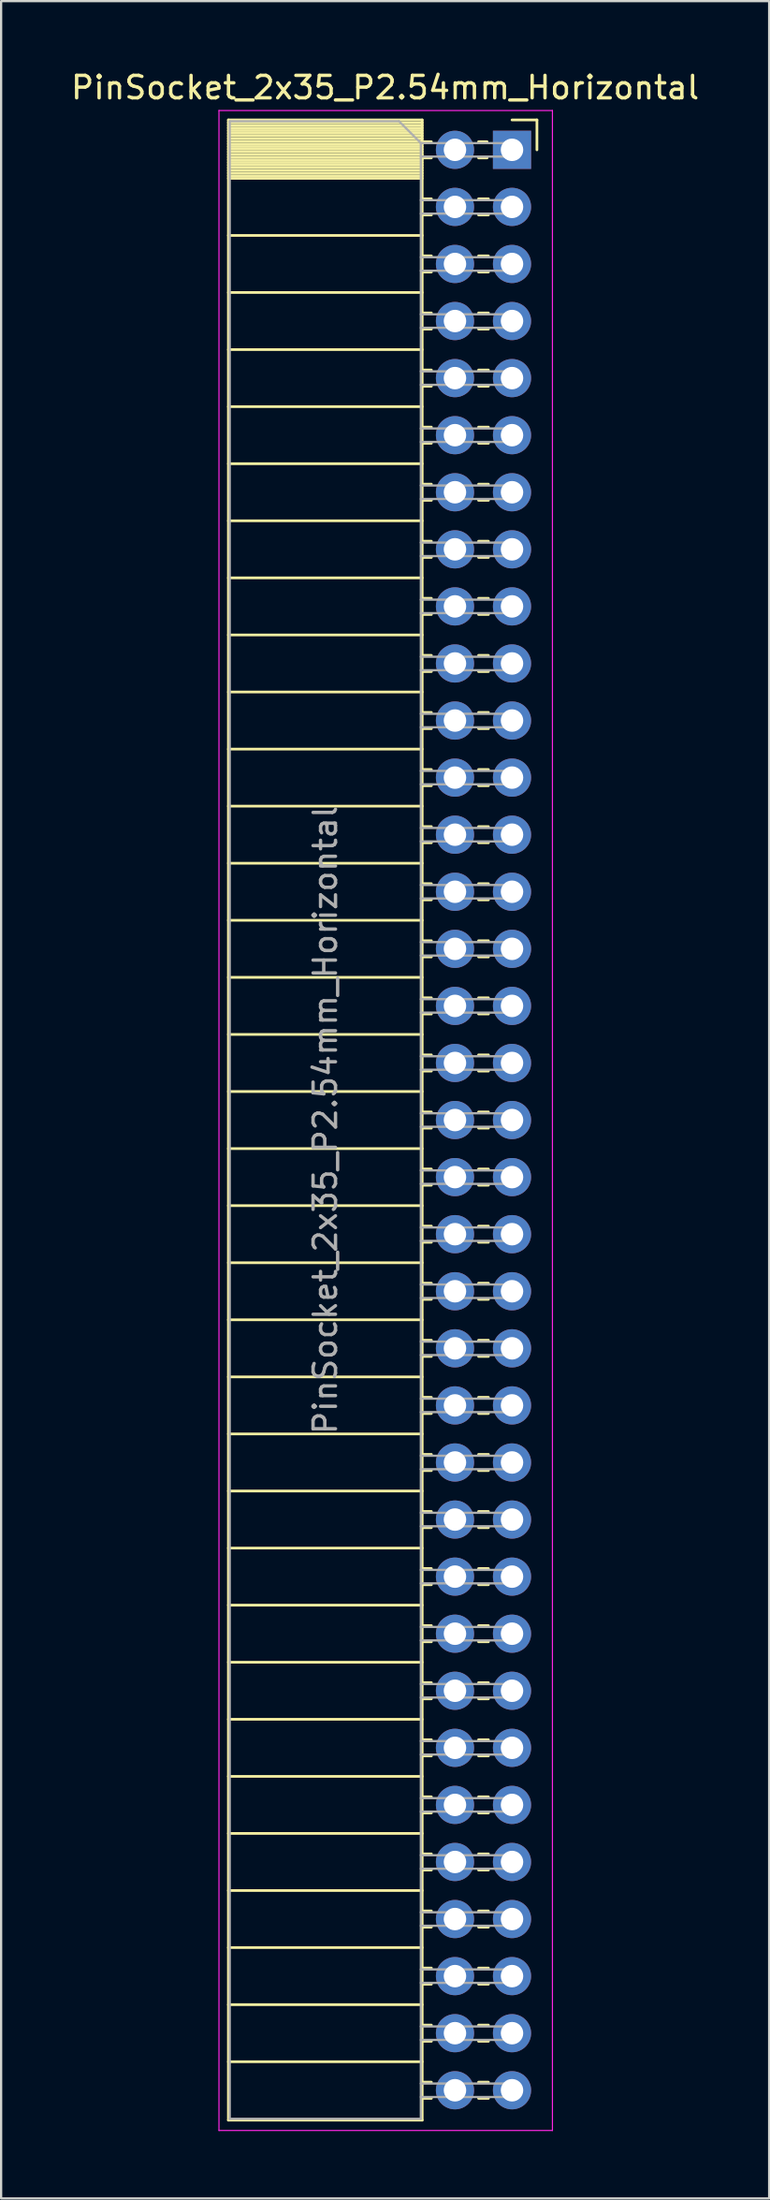
<source format=kicad_pcb>
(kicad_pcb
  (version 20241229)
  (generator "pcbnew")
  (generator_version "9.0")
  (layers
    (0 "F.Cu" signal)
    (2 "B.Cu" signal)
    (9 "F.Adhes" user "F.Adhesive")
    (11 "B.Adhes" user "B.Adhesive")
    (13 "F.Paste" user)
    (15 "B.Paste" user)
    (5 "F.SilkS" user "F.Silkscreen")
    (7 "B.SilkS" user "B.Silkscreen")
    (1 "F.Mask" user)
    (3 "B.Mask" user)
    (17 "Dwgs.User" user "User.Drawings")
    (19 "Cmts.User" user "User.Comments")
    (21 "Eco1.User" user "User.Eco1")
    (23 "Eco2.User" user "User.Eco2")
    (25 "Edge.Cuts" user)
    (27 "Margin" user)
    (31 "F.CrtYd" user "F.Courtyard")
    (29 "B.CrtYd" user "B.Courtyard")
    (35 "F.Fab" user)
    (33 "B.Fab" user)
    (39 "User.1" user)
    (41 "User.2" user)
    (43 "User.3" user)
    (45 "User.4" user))
  (footprint "PinSocket_2x35_P2.54mm_Horizontal"
    (layer "F.Cu")
    (at 19.751 3.618)
    (property "Reference" "PinSocket_2x35_P2.54mm_Horizontal" (at -5.65 -2.77 0) (layer "F.SilkS") (effects (font (size 1 1) (thickness 0.15))))
    (attr through_hole)
    (fp_line (start -12.63 -1.33) (end -12.63 87.69) (stroke (width 0.12) (type solid)) (layer "F.SilkS"))
    (fp_line (start -12.63 -1.33) (end -4 -1.33) (stroke (width 0.12) (type solid)) (layer "F.SilkS"))
    (fp_line (start -12.63 -1.21) (end -4 -1.21) (stroke (width 0.12) (type solid)) (layer "F.SilkS"))
    (fp_line (start -12.63 -1.092) (end -4 -1.092) (stroke (width 0.12) (type solid)) (layer "F.SilkS"))
    (fp_line (start -12.63 -0.974) (end -4 -0.974) (stroke (width 0.12) (type solid)) (layer "F.SilkS"))
    (fp_line (start -12.63 -0.856) (end -4 -0.856) (stroke (width 0.12) (type solid)) (layer "F.SilkS"))
    (fp_line (start -12.63 -0.738) (end -4 -0.738) (stroke (width 0.12) (type solid)) (layer "F.SilkS"))
    (fp_line (start -12.63 -0.62) (end -4 -0.62) (stroke (width 0.12) (type solid)) (layer "F.SilkS"))
    (fp_line (start -12.63 -0.501) (end -4 -0.501) (stroke (width 0.12) (type solid)) (layer "F.SilkS"))
    (fp_line (start -12.63 -0.383) (end -4 -0.383) (stroke (width 0.12) (type solid)) (layer "F.SilkS"))
    (fp_line (start -12.63 -0.265) (end -4 -0.265) (stroke (width 0.12) (type solid)) (layer "F.SilkS"))
    (fp_line (start -12.63 -0.147) (end -4 -0.147) (stroke (width 0.12) (type solid)) (layer "F.SilkS"))
    (fp_line (start -12.63 -0.029) (end -4 -0.029) (stroke (width 0.12) (type solid)) (layer "F.SilkS"))
    (fp_line (start -12.63 0.089) (end -4 0.089) (stroke (width 0.12) (type solid)) (layer "F.SilkS"))
    (fp_line (start -12.63 0.207) (end -4 0.207) (stroke (width 0.12) (type solid)) (layer "F.SilkS"))
    (fp_line (start -12.63 0.325) (end -4 0.325) (stroke (width 0.12) (type solid)) (layer "F.SilkS"))
    (fp_line (start -12.63 0.443) (end -4 0.443) (stroke (width 0.12) (type solid)) (layer "F.SilkS"))
    (fp_line (start -12.63 0.561) (end -4 0.561) (stroke (width 0.12) (type solid)) (layer "F.SilkS"))
    (fp_line (start -12.63 0.68) (end -4 0.68) (stroke (width 0.12) (type solid)) (layer "F.SilkS"))
    (fp_line (start -12.63 0.798) (end -4 0.798) (stroke (width 0.12) (type solid)) (layer "F.SilkS"))
    (fp_line (start -12.63 0.916) (end -4 0.916) (stroke (width 0.12) (type solid)) (layer "F.SilkS"))
    (fp_line (start -12.63 1.034) (end -4 1.034) (stroke (width 0.12) (type solid)) (layer "F.SilkS"))
    (fp_line (start -12.63 1.152) (end -4 1.152) (stroke (width 0.12) (type solid)) (layer "F.SilkS"))
    (fp_line (start -12.63 1.27) (end -4 1.27) (stroke (width 0.12) (type solid)) (layer "F.SilkS"))
    (fp_line (start -12.63 3.81) (end -4 3.81) (stroke (width 0.12) (type solid)) (layer "F.SilkS"))
    (fp_line (start -12.63 6.35) (end -4 6.35) (stroke (width 0.12) (type solid)) (layer "F.SilkS"))
    (fp_line (start -12.63 8.89) (end -4 8.89) (stroke (width 0.12) (type solid)) (layer "F.SilkS"))
    (fp_line (start -12.63 11.43) (end -4 11.43) (stroke (width 0.12) (type solid)) (layer "F.SilkS"))
    (fp_line (start -12.63 13.97) (end -4 13.97) (stroke (width 0.12) (type solid)) (layer "F.SilkS"))
    (fp_line (start -12.63 16.51) (end -4 16.51) (stroke (width 0.12) (type solid)) (layer "F.SilkS"))
    (fp_line (start -12.63 19.05) (end -4 19.05) (stroke (width 0.12) (type solid)) (layer "F.SilkS"))
    (fp_line (start -12.63 21.59) (end -4 21.59) (stroke (width 0.12) (type solid)) (layer "F.SilkS"))
    (fp_line (start -12.63 24.13) (end -4 24.13) (stroke (width 0.12) (type solid)) (layer "F.SilkS"))
    (fp_line (start -12.63 26.67) (end -4 26.67) (stroke (width 0.12) (type solid)) (layer "F.SilkS"))
    (fp_line (start -12.63 29.21) (end -4 29.21) (stroke (width 0.12) (type solid)) (layer "F.SilkS"))
    (fp_line (start -12.63 31.75) (end -4 31.75) (stroke (width 0.12) (type solid)) (layer "F.SilkS"))
    (fp_line (start -12.63 34.29) (end -4 34.29) (stroke (width 0.12) (type solid)) (layer "F.SilkS"))
    (fp_line (start -12.63 36.83) (end -4 36.83) (stroke (width 0.12) (type solid)) (layer "F.SilkS"))
    (fp_line (start -12.63 39.37) (end -4 39.37) (stroke (width 0.12) (type solid)) (layer "F.SilkS"))
    (fp_line (start -12.63 41.91) (end -4 41.91) (stroke (width 0.12) (type solid)) (layer "F.SilkS"))
    (fp_line (start -12.63 44.45) (end -4 44.45) (stroke (width 0.12) (type solid)) (layer "F.SilkS"))
    (fp_line (start -12.63 46.99) (end -4 46.99) (stroke (width 0.12) (type solid)) (layer "F.SilkS"))
    (fp_line (start -12.63 49.53) (end -4 49.53) (stroke (width 0.12) (type solid)) (layer "F.SilkS"))
    (fp_line (start -12.63 52.07) (end -4 52.07) (stroke (width 0.12) (type solid)) (layer "F.SilkS"))
    (fp_line (start -12.63 54.61) (end -4 54.61) (stroke (width 0.12) (type solid)) (layer "F.SilkS"))
    (fp_line (start -12.63 57.15) (end -4 57.15) (stroke (width 0.12) (type solid)) (layer "F.SilkS"))
    (fp_line (start -12.63 59.69) (end -4 59.69) (stroke (width 0.12) (type solid)) (layer "F.SilkS"))
    (fp_line (start -12.63 62.23) (end -4 62.23) (stroke (width 0.12) (type solid)) (layer "F.SilkS"))
    (fp_line (start -12.63 64.77) (end -4 64.77) (stroke (width 0.12) (type solid)) (layer "F.SilkS"))
    (fp_line (start -12.63 67.31) (end -4 67.31) (stroke (width 0.12) (type solid)) (layer "F.SilkS"))
    (fp_line (start -12.63 69.85) (end -4 69.85) (stroke (width 0.12) (type solid)) (layer "F.SilkS"))
    (fp_line (start -12.63 72.39) (end -4 72.39) (stroke (width 0.12) (type solid)) (layer "F.SilkS"))
    (fp_line (start -12.63 74.93) (end -4 74.93) (stroke (width 0.12) (type solid)) (layer "F.SilkS"))
    (fp_line (start -12.63 77.47) (end -4 77.47) (stroke (width 0.12) (type solid)) (layer "F.SilkS"))
    (fp_line (start -12.63 80.01) (end -4 80.01) (stroke (width 0.12) (type solid)) (layer "F.SilkS"))
    (fp_line (start -12.63 82.55) (end -4 82.55) (stroke (width 0.12) (type solid)) (layer "F.SilkS"))
    (fp_line (start -12.63 85.09) (end -4 85.09) (stroke (width 0.12) (type solid)) (layer "F.SilkS"))
    (fp_line (start -12.63 87.69) (end -4 87.69) (stroke (width 0.12) (type solid)) (layer "F.SilkS"))
    (fp_line (start -4 -1.33) (end -4 87.69) (stroke (width 0.12) (type solid)) (layer "F.SilkS"))
    (fp_line (start -4 -0.36) (end -3.59 -0.36) (stroke (width 0.12) (type solid)) (layer "F.SilkS"))
    (fp_line (start -4 0.36) (end -3.59 0.36) (stroke (width 0.12) (type solid)) (layer "F.SilkS"))
    (fp_line (start -4 2.18) (end -3.59 2.18) (stroke (width 0.12) (type solid)) (layer "F.SilkS"))
    (fp_line (start -4 2.9) (end -3.59 2.9) (stroke (width 0.12) (type solid)) (layer "F.SilkS"))
    (fp_line (start -4 4.72) (end -3.59 4.72) (stroke (width 0.12) (type solid)) (layer "F.SilkS"))
    (fp_line (start -4 5.44) (end -3.59 5.44) (stroke (width 0.12) (type solid)) (layer "F.SilkS"))
    (fp_line (start -4 7.26) (end -3.59 7.26) (stroke (width 0.12) (type solid)) (layer "F.SilkS"))
    (fp_line (start -4 7.98) (end -3.59 7.98) (stroke (width 0.12) (type solid)) (layer "F.SilkS"))
    (fp_line (start -4 9.8) (end -3.59 9.8) (stroke (width 0.12) (type solid)) (layer "F.SilkS"))
    (fp_line (start -4 10.52) (end -3.59 10.52) (stroke (width 0.12) (type solid)) (layer "F.SilkS"))
    (fp_line (start -4 12.34) (end -3.59 12.34) (stroke (width 0.12) (type solid)) (layer "F.SilkS"))
    (fp_line (start -4 13.06) (end -3.59 13.06) (stroke (width 0.12) (type solid)) (layer "F.SilkS"))
    (fp_line (start -4 14.88) (end -3.59 14.88) (stroke (width 0.12) (type solid)) (layer "F.SilkS"))
    (fp_line (start -4 15.6) (end -3.59 15.6) (stroke (width 0.12) (type solid)) (layer "F.SilkS"))
    (fp_line (start -4 17.42) (end -3.59 17.42) (stroke (width 0.12) (type solid)) (layer "F.SilkS"))
    (fp_line (start -4 18.14) (end -3.59 18.14) (stroke (width 0.12) (type solid)) (layer "F.SilkS"))
    (fp_line (start -4 19.96) (end -3.59 19.96) (stroke (width 0.12) (type solid)) (layer "F.SilkS"))
    (fp_line (start -4 20.68) (end -3.59 20.68) (stroke (width 0.12) (type solid)) (layer "F.SilkS"))
    (fp_line (start -4 22.5) (end -3.59 22.5) (stroke (width 0.12) (type solid)) (layer "F.SilkS"))
    (fp_line (start -4 23.22) (end -3.59 23.22) (stroke (width 0.12) (type solid)) (layer "F.SilkS"))
    (fp_line (start -4 25.04) (end -3.59 25.04) (stroke (width 0.12) (type solid)) (layer "F.SilkS"))
    (fp_line (start -4 25.76) (end -3.59 25.76) (stroke (width 0.12) (type solid)) (layer "F.SilkS"))
    (fp_line (start -4 27.58) (end -3.59 27.58) (stroke (width 0.12) (type solid)) (layer "F.SilkS"))
    (fp_line (start -4 28.3) (end -3.59 28.3) (stroke (width 0.12) (type solid)) (layer "F.SilkS"))
    (fp_line (start -4 30.12) (end -3.59 30.12) (stroke (width 0.12) (type solid)) (layer "F.SilkS"))
    (fp_line (start -4 30.84) (end -3.59 30.84) (stroke (width 0.12) (type solid)) (layer "F.SilkS"))
    (fp_line (start -4 32.66) (end -3.59 32.66) (stroke (width 0.12) (type solid)) (layer "F.SilkS"))
    (fp_line (start -4 33.38) (end -3.59 33.38) (stroke (width 0.12) (type solid)) (layer "F.SilkS"))
    (fp_line (start -4 35.2) (end -3.59 35.2) (stroke (width 0.12) (type solid)) (layer "F.SilkS"))
    (fp_line (start -4 35.92) (end -3.59 35.92) (stroke (width 0.12) (type solid)) (layer "F.SilkS"))
    (fp_line (start -4 37.74) (end -3.59 37.74) (stroke (width 0.12) (type solid)) (layer "F.SilkS"))
    (fp_line (start -4 38.46) (end -3.59 38.46) (stroke (width 0.12) (type solid)) (layer "F.SilkS"))
    (fp_line (start -4 40.28) (end -3.59 40.28) (stroke (width 0.12) (type solid)) (layer "F.SilkS"))
    (fp_line (start -4 41) (end -3.59 41) (stroke (width 0.12) (type solid)) (layer "F.SilkS"))
    (fp_line (start -4 42.82) (end -3.59 42.82) (stroke (width 0.12) (type solid)) (layer "F.SilkS"))
    (fp_line (start -4 43.54) (end -3.59 43.54) (stroke (width 0.12) (type solid)) (layer "F.SilkS"))
    (fp_line (start -4 45.36) (end -3.59 45.36) (stroke (width 0.12) (type solid)) (layer "F.SilkS"))
    (fp_line (start -4 46.08) (end -3.59 46.08) (stroke (width 0.12) (type solid)) (layer "F.SilkS"))
    (fp_line (start -4 47.9) (end -3.59 47.9) (stroke (width 0.12) (type solid)) (layer "F.SilkS"))
    (fp_line (start -4 48.62) (end -3.59 48.62) (stroke (width 0.12) (type solid)) (layer "F.SilkS"))
    (fp_line (start -4 50.44) (end -3.59 50.44) (stroke (width 0.12) (type solid)) (layer "F.SilkS"))
    (fp_line (start -4 51.16) (end -3.59 51.16) (stroke (width 0.12) (type solid)) (layer "F.SilkS"))
    (fp_line (start -4 52.98) (end -3.59 52.98) (stroke (width 0.12) (type solid)) (layer "F.SilkS"))
    (fp_line (start -4 53.7) (end -3.59 53.7) (stroke (width 0.12) (type solid)) (layer "F.SilkS"))
    (fp_line (start -4 55.52) (end -3.59 55.52) (stroke (width 0.12) (type solid)) (layer "F.SilkS"))
    (fp_line (start -4 56.24) (end -3.59 56.24) (stroke (width 0.12) (type solid)) (layer "F.SilkS"))
    (fp_line (start -4 58.06) (end -3.59 58.06) (stroke (width 0.12) (type solid)) (layer "F.SilkS"))
    (fp_line (start -4 58.78) (end -3.59 58.78) (stroke (width 0.12) (type solid)) (layer "F.SilkS"))
    (fp_line (start -4 60.6) (end -3.59 60.6) (stroke (width 0.12) (type solid)) (layer "F.SilkS"))
    (fp_line (start -4 61.32) (end -3.59 61.32) (stroke (width 0.12) (type solid)) (layer "F.SilkS"))
    (fp_line (start -4 63.14) (end -3.59 63.14) (stroke (width 0.12) (type solid)) (layer "F.SilkS"))
    (fp_line (start -4 63.86) (end -3.59 63.86) (stroke (width 0.12) (type solid)) (layer "F.SilkS"))
    (fp_line (start -4 65.68) (end -3.59 65.68) (stroke (width 0.12) (type solid)) (layer "F.SilkS"))
    (fp_line (start -4 66.4) (end -3.59 66.4) (stroke (width 0.12) (type solid)) (layer "F.SilkS"))
    (fp_line (start -4 68.22) (end -3.59 68.22) (stroke (width 0.12) (type solid)) (layer "F.SilkS"))
    (fp_line (start -4 68.94) (end -3.59 68.94) (stroke (width 0.12) (type solid)) (layer "F.SilkS"))
    (fp_line (start -4 70.76) (end -3.59 70.76) (stroke (width 0.12) (type solid)) (layer "F.SilkS"))
    (fp_line (start -4 71.48) (end -3.59 71.48) (stroke (width 0.12) (type solid)) (layer "F.SilkS"))
    (fp_line (start -4 73.3) (end -3.59 73.3) (stroke (width 0.12) (type solid)) (layer "F.SilkS"))
    (fp_line (start -4 74.02) (end -3.59 74.02) (stroke (width 0.12) (type solid)) (layer "F.SilkS"))
    (fp_line (start -4 75.84) (end -3.59 75.84) (stroke (width 0.12) (type solid)) (layer "F.SilkS"))
    (fp_line (start -4 76.56) (end -3.59 76.56) (stroke (width 0.12) (type solid)) (layer "F.SilkS"))
    (fp_line (start -4 78.38) (end -3.59 78.38) (stroke (width 0.12) (type solid)) (layer "F.SilkS"))
    (fp_line (start -4 79.1) (end -3.59 79.1) (stroke (width 0.12) (type solid)) (layer "F.SilkS"))
    (fp_line (start -4 80.92) (end -3.59 80.92) (stroke (width 0.12) (type solid)) (layer "F.SilkS"))
    (fp_line (start -4 81.64) (end -3.59 81.64) (stroke (width 0.12) (type solid)) (layer "F.SilkS"))
    (fp_line (start -4 83.46) (end -3.59 83.46) (stroke (width 0.12) (type solid)) (layer "F.SilkS"))
    (fp_line (start -4 84.18) (end -3.59 84.18) (stroke (width 0.12) (type solid)) (layer "F.SilkS"))
    (fp_line (start -4 86) (end -3.59 86) (stroke (width 0.12) (type solid)) (layer "F.SilkS"))
    (fp_line (start -4 86.72) (end -3.59 86.72) (stroke (width 0.12) (type solid)) (layer "F.SilkS"))
    (fp_line (start -1.49 -0.36) (end -1.11 -0.36) (stroke (width 0.12) (type solid)) (layer "F.SilkS"))
    (fp_line (start -1.49 0.36) (end -1.11 0.36) (stroke (width 0.12) (type solid)) (layer "F.SilkS"))
    (fp_line (start -1.49 2.18) (end -1.05 2.18) (stroke (width 0.12) (type solid)) (layer "F.SilkS"))
    (fp_line (start -1.49 2.9) (end -1.05 2.9) (stroke (width 0.12) (type solid)) (layer "F.SilkS"))
    (fp_line (start -1.49 4.72) (end -1.05 4.72) (stroke (width 0.12) (type solid)) (layer "F.SilkS"))
    (fp_line (start -1.49 5.44) (end -1.05 5.44) (stroke (width 0.12) (type solid)) (layer "F.SilkS"))
    (fp_line (start -1.49 7.26) (end -1.05 7.26) (stroke (width 0.12) (type solid)) (layer "F.SilkS"))
    (fp_line (start -1.49 7.98) (end -1.05 7.98) (stroke (width 0.12) (type solid)) (layer "F.SilkS"))
    (fp_line (start -1.49 9.8) (end -1.05 9.8) (stroke (width 0.12) (type solid)) (layer "F.SilkS"))
    (fp_line (start -1.49 10.52) (end -1.05 10.52) (stroke (width 0.12) (type solid)) (layer "F.SilkS"))
    (fp_line (start -1.49 12.34) (end -1.05 12.34) (stroke (width 0.12) (type solid)) (layer "F.SilkS"))
    (fp_line (start -1.49 13.06) (end -1.05 13.06) (stroke (width 0.12) (type solid)) (layer "F.SilkS"))
    (fp_line (start -1.49 14.88) (end -1.05 14.88) (stroke (width 0.12) (type solid)) (layer "F.SilkS"))
    (fp_line (start -1.49 15.6) (end -1.05 15.6) (stroke (width 0.12) (type solid)) (layer "F.SilkS"))
    (fp_line (start -1.49 17.42) (end -1.05 17.42) (stroke (width 0.12) (type solid)) (layer "F.SilkS"))
    (fp_line (start -1.49 18.14) (end -1.05 18.14) (stroke (width 0.12) (type solid)) (layer "F.SilkS"))
    (fp_line (start -1.49 19.96) (end -1.05 19.96) (stroke (width 0.12) (type solid)) (layer "F.SilkS"))
    (fp_line (start -1.49 20.68) (end -1.05 20.68) (stroke (width 0.12) (type solid)) (layer "F.SilkS"))
    (fp_line (start -1.49 22.5) (end -1.05 22.5) (stroke (width 0.12) (type solid)) (layer "F.SilkS"))
    (fp_line (start -1.49 23.22) (end -1.05 23.22) (stroke (width 0.12) (type solid)) (layer "F.SilkS"))
    (fp_line (start -1.49 25.04) (end -1.05 25.04) (stroke (width 0.12) (type solid)) (layer "F.SilkS"))
    (fp_line (start -1.49 25.76) (end -1.05 25.76) (stroke (width 0.12) (type solid)) (layer "F.SilkS"))
    (fp_line (start -1.49 27.58) (end -1.05 27.58) (stroke (width 0.12) (type solid)) (layer "F.SilkS"))
    (fp_line (start -1.49 28.3) (end -1.05 28.3) (stroke (width 0.12) (type solid)) (layer "F.SilkS"))
    (fp_line (start -1.49 30.12) (end -1.05 30.12) (stroke (width 0.12) (type solid)) (layer "F.SilkS"))
    (fp_line (start -1.49 30.84) (end -1.05 30.84) (stroke (width 0.12) (type solid)) (layer "F.SilkS"))
    (fp_line (start -1.49 32.66) (end -1.05 32.66) (stroke (width 0.12) (type solid)) (layer "F.SilkS"))
    (fp_line (start -1.49 33.38) (end -1.05 33.38) (stroke (width 0.12) (type solid)) (layer "F.SilkS"))
    (fp_line (start -1.49 35.2) (end -1.05 35.2) (stroke (width 0.12) (type solid)) (layer "F.SilkS"))
    (fp_line (start -1.49 35.92) (end -1.05 35.92) (stroke (width 0.12) (type solid)) (layer "F.SilkS"))
    (fp_line (start -1.49 37.74) (end -1.05 37.74) (stroke (width 0.12) (type solid)) (layer "F.SilkS"))
    (fp_line (start -1.49 38.46) (end -1.05 38.46) (stroke (width 0.12) (type solid)) (layer "F.SilkS"))
    (fp_line (start -1.49 40.28) (end -1.05 40.28) (stroke (width 0.12) (type solid)) (layer "F.SilkS"))
    (fp_line (start -1.49 41) (end -1.05 41) (stroke (width 0.12) (type solid)) (layer "F.SilkS"))
    (fp_line (start -1.49 42.82) (end -1.05 42.82) (stroke (width 0.12) (type solid)) (layer "F.SilkS"))
    (fp_line (start -1.49 43.54) (end -1.05 43.54) (stroke (width 0.12) (type solid)) (layer "F.SilkS"))
    (fp_line (start -1.49 45.36) (end -1.05 45.36) (stroke (width 0.12) (type solid)) (layer "F.SilkS"))
    (fp_line (start -1.49 46.08) (end -1.05 46.08) (stroke (width 0.12) (type solid)) (layer "F.SilkS"))
    (fp_line (start -1.49 47.9) (end -1.05 47.9) (stroke (width 0.12) (type solid)) (layer "F.SilkS"))
    (fp_line (start -1.49 48.62) (end -1.05 48.62) (stroke (width 0.12) (type solid)) (layer "F.SilkS"))
    (fp_line (start -1.49 50.44) (end -1.05 50.44) (stroke (width 0.12) (type solid)) (layer "F.SilkS"))
    (fp_line (start -1.49 51.16) (end -1.05 51.16) (stroke (width 0.12) (type solid)) (layer "F.SilkS"))
    (fp_line (start -1.49 52.98) (end -1.05 52.98) (stroke (width 0.12) (type solid)) (layer "F.SilkS"))
    (fp_line (start -1.49 53.7) (end -1.05 53.7) (stroke (width 0.12) (type solid)) (layer "F.SilkS"))
    (fp_line (start -1.49 55.52) (end -1.05 55.52) (stroke (width 0.12) (type solid)) (layer "F.SilkS"))
    (fp_line (start -1.49 56.24) (end -1.05 56.24) (stroke (width 0.12) (type solid)) (layer "F.SilkS"))
    (fp_line (start -1.49 58.06) (end -1.05 58.06) (stroke (width 0.12) (type solid)) (layer "F.SilkS"))
    (fp_line (start -1.49 58.78) (end -1.05 58.78) (stroke (width 0.12) (type solid)) (layer "F.SilkS"))
    (fp_line (start -1.49 60.6) (end -1.05 60.6) (stroke (width 0.12) (type solid)) (layer "F.SilkS"))
    (fp_line (start -1.49 61.32) (end -1.05 61.32) (stroke (width 0.12) (type solid)) (layer "F.SilkS"))
    (fp_line (start -1.49 63.14) (end -1.05 63.14) (stroke (width 0.12) (type solid)) (layer "F.SilkS"))
    (fp_line (start -1.49 63.86) (end -1.05 63.86) (stroke (width 0.12) (type solid)) (layer "F.SilkS"))
    (fp_line (start -1.49 65.68) (end -1.05 65.68) (stroke (width 0.12) (type solid)) (layer "F.SilkS"))
    (fp_line (start -1.49 66.4) (end -1.05 66.4) (stroke (width 0.12) (type solid)) (layer "F.SilkS"))
    (fp_line (start -1.49 68.22) (end -1.05 68.22) (stroke (width 0.12) (type solid)) (layer "F.SilkS"))
    (fp_line (start -1.49 68.94) (end -1.05 68.94) (stroke (width 0.12) (type solid)) (layer "F.SilkS"))
    (fp_line (start -1.49 70.76) (end -1.05 70.76) (stroke (width 0.12) (type solid)) (layer "F.SilkS"))
    (fp_line (start -1.49 71.48) (end -1.05 71.48) (stroke (width 0.12) (type solid)) (layer "F.SilkS"))
    (fp_line (start -1.49 73.3) (end -1.05 73.3) (stroke (width 0.12) (type solid)) (layer "F.SilkS"))
    (fp_line (start -1.49 74.02) (end -1.05 74.02) (stroke (width 0.12) (type solid)) (layer "F.SilkS"))
    (fp_line (start -1.49 75.84) (end -1.05 75.84) (stroke (width 0.12) (type solid)) (layer "F.SilkS"))
    (fp_line (start -1.49 76.56) (end -1.05 76.56) (stroke (width 0.12) (type solid)) (layer "F.SilkS"))
    (fp_line (start -1.49 78.38) (end -1.05 78.38) (stroke (width 0.12) (type solid)) (layer "F.SilkS"))
    (fp_line (start -1.49 79.1) (end -1.05 79.1) (stroke (width 0.12) (type solid)) (layer "F.SilkS"))
    (fp_line (start -1.49 80.92) (end -1.05 80.92) (stroke (width 0.12) (type solid)) (layer "F.SilkS"))
    (fp_line (start -1.49 81.64) (end -1.05 81.64) (stroke (width 0.12) (type solid)) (layer "F.SilkS"))
    (fp_line (start -1.49 83.46) (end -1.05 83.46) (stroke (width 0.12) (type solid)) (layer "F.SilkS"))
    (fp_line (start -1.49 84.18) (end -1.05 84.18) (stroke (width 0.12) (type solid)) (layer "F.SilkS"))
    (fp_line (start -1.49 86) (end -1.05 86) (stroke (width 0.12) (type solid)) (layer "F.SilkS"))
    (fp_line (start -1.49 86.72) (end -1.05 86.72) (stroke (width 0.12) (type solid)) (layer "F.SilkS"))
    (fp_line (start 0 -1.33) (end 1.11 -1.33) (stroke (width 0.12) (type solid)) (layer "F.SilkS"))
    (fp_line (start 1.11 -1.33) (end 1.11 0) (stroke (width 0.12) (type solid)) (layer "F.SilkS"))
    (fp_line (start -13.05 -1.75) (end -13.05 88.15) (stroke (width 0.05) (type solid)) (layer "F.CrtYd"))
    (fp_line (start -13.05 88.15) (end 1.8 88.15) (stroke (width 0.05) (type solid)) (layer "F.CrtYd"))
    (fp_line (start 1.8 -1.75) (end -13.05 -1.75) (stroke (width 0.05) (type solid)) (layer "F.CrtYd"))
    (fp_line (start 1.8 88.15) (end 1.8 -1.75) (stroke (width 0.05) (type solid)) (layer "F.CrtYd"))
    (fp_line (start -12.57 -1.27) (end -5.03 -1.27) (stroke (width 0.1) (type solid)) (layer "F.Fab"))
    (fp_line (start -12.57 87.63) (end -12.57 -1.27) (stroke (width 0.1) (type solid)) (layer "F.Fab"))
    (fp_line (start -5.03 -1.27) (end -4.06 -0.3) (stroke (width 0.1) (type solid)) (layer "F.Fab"))
    (fp_line (start -4.06 -0.3) (end -4.06 87.63) (stroke (width 0.1) (type solid)) (layer "F.Fab"))
    (fp_line (start -4.06 0.3) (end 0 0.3) (stroke (width 0.1) (type solid)) (layer "F.Fab"))
    (fp_line (start -4.06 2.84) (end 0 2.84) (stroke (width 0.1) (type solid)) (layer "F.Fab"))
    (fp_line (start -4.06 5.38) (end 0 5.38) (stroke (width 0.1) (type solid)) (layer "F.Fab"))
    (fp_line (start -4.06 7.92) (end 0 7.92) (stroke (width 0.1) (type solid)) (layer "F.Fab"))
    (fp_line (start -4.06 10.46) (end 0 10.46) (stroke (width 0.1) (type solid)) (layer "F.Fab"))
    (fp_line (start -4.06 13) (end 0 13) (stroke (width 0.1) (type solid)) (layer "F.Fab"))
    (fp_line (start -4.06 15.54) (end 0 15.54) (stroke (width 0.1) (type solid)) (layer "F.Fab"))
    (fp_line (start -4.06 18.08) (end 0 18.08) (stroke (width 0.1) (type solid)) (layer "F.Fab"))
    (fp_line (start -4.06 20.62) (end 0 20.62) (stroke (width 0.1) (type solid)) (layer "F.Fab"))
    (fp_line (start -4.06 23.16) (end 0 23.16) (stroke (width 0.1) (type solid)) (layer "F.Fab"))
    (fp_line (start -4.06 25.7) (end 0 25.7) (stroke (width 0.1) (type solid)) (layer "F.Fab"))
    (fp_line (start -4.06 28.24) (end 0 28.24) (stroke (width 0.1) (type solid)) (layer "F.Fab"))
    (fp_line (start -4.06 30.78) (end 0 30.78) (stroke (width 0.1) (type solid)) (layer "F.Fab"))
    (fp_line (start -4.06 33.32) (end 0 33.32) (stroke (width 0.1) (type solid)) (layer "F.Fab"))
    (fp_line (start -4.06 35.86) (end 0 35.86) (stroke (width 0.1) (type solid)) (layer "F.Fab"))
    (fp_line (start -4.06 38.4) (end 0 38.4) (stroke (width 0.1) (type solid)) (layer "F.Fab"))
    (fp_line (start -4.06 40.94) (end 0 40.94) (stroke (width 0.1) (type solid)) (layer "F.Fab"))
    (fp_line (start -4.06 43.48) (end 0 43.48) (stroke (width 0.1) (type solid)) (layer "F.Fab"))
    (fp_line (start -4.06 46.02) (end 0 46.02) (stroke (width 0.1) (type solid)) (layer "F.Fab"))
    (fp_line (start -4.06 48.56) (end 0 48.56) (stroke (width 0.1) (type solid)) (layer "F.Fab"))
    (fp_line (start -4.06 51.1) (end 0 51.1) (stroke (width 0.1) (type solid)) (layer "F.Fab"))
    (fp_line (start -4.06 53.64) (end 0 53.64) (stroke (width 0.1) (type solid)) (layer "F.Fab"))
    (fp_line (start -4.06 56.18) (end 0 56.18) (stroke (width 0.1) (type solid)) (layer "F.Fab"))
    (fp_line (start -4.06 58.72) (end 0 58.72) (stroke (width 0.1) (type solid)) (layer "F.Fab"))
    (fp_line (start -4.06 61.26) (end 0 61.26) (stroke (width 0.1) (type solid)) (layer "F.Fab"))
    (fp_line (start -4.06 63.8) (end 0 63.8) (stroke (width 0.1) (type solid)) (layer "F.Fab"))
    (fp_line (start -4.06 66.34) (end 0 66.34) (stroke (width 0.1) (type solid)) (layer "F.Fab"))
    (fp_line (start -4.06 68.88) (end 0 68.88) (stroke (width 0.1) (type solid)) (layer "F.Fab"))
    (fp_line (start -4.06 71.42) (end 0 71.42) (stroke (width 0.1) (type solid)) (layer "F.Fab"))
    (fp_line (start -4.06 73.96) (end 0 73.96) (stroke (width 0.1) (type solid)) (layer "F.Fab"))
    (fp_line (start -4.06 76.5) (end 0 76.5) (stroke (width 0.1) (type solid)) (layer "F.Fab"))
    (fp_line (start -4.06 79.04) (end 0 79.04) (stroke (width 0.1) (type solid)) (layer "F.Fab"))
    (fp_line (start -4.06 81.58) (end 0 81.58) (stroke (width 0.1) (type solid)) (layer "F.Fab"))
    (fp_line (start -4.06 84.12) (end 0 84.12) (stroke (width 0.1) (type solid)) (layer "F.Fab"))
    (fp_line (start -4.06 86.66) (end 0 86.66) (stroke (width 0.1) (type solid)) (layer "F.Fab"))
    (fp_line (start -4.06 87.63) (end -12.57 87.63) (stroke (width 0.1) (type solid)) (layer "F.Fab"))
    (fp_line (start 0 -0.3) (end -4.06 -0.3) (stroke (width 0.1) (type solid)) (layer "F.Fab"))
    (fp_line (start 0 0.3) (end 0 -0.3) (stroke (width 0.1) (type solid)) (layer "F.Fab"))
    (fp_line (start 0 2.24) (end -4.06 2.24) (stroke (width 0.1) (type solid)) (layer "F.Fab"))
    (fp_line (start 0 2.84) (end 0 2.24) (stroke (width 0.1) (type solid)) (layer "F.Fab"))
    (fp_line (start 0 4.78) (end -4.06 4.78) (stroke (width 0.1) (type solid)) (layer "F.Fab"))
    (fp_line (start 0 5.38) (end 0 4.78) (stroke (width 0.1) (type solid)) (layer "F.Fab"))
    (fp_line (start 0 7.32) (end -4.06 7.32) (stroke (width 0.1) (type solid)) (layer "F.Fab"))
    (fp_line (start 0 7.92) (end 0 7.32) (stroke (width 0.1) (type solid)) (layer "F.Fab"))
    (fp_line (start 0 9.86) (end -4.06 9.86) (stroke (width 0.1) (type solid)) (layer "F.Fab"))
    (fp_line (start 0 10.46) (end 0 9.86) (stroke (width 0.1) (type solid)) (layer "F.Fab"))
    (fp_line (start 0 12.4) (end -4.06 12.4) (stroke (width 0.1) (type solid)) (layer "F.Fab"))
    (fp_line (start 0 13) (end 0 12.4) (stroke (width 0.1) (type solid)) (layer "F.Fab"))
    (fp_line (start 0 14.94) (end -4.06 14.94) (stroke (width 0.1) (type solid)) (layer "F.Fab"))
    (fp_line (start 0 15.54) (end 0 14.94) (stroke (width 0.1) (type solid)) (layer "F.Fab"))
    (fp_line (start 0 17.48) (end -4.06 17.48) (stroke (width 0.1) (type solid)) (layer "F.Fab"))
    (fp_line (start 0 18.08) (end 0 17.48) (stroke (width 0.1) (type solid)) (layer "F.Fab"))
    (fp_line (start 0 20.02) (end -4.06 20.02) (stroke (width 0.1) (type solid)) (layer "F.Fab"))
    (fp_line (start 0 20.62) (end 0 20.02) (stroke (width 0.1) (type solid)) (layer "F.Fab"))
    (fp_line (start 0 22.56) (end -4.06 22.56) (stroke (width 0.1) (type solid)) (layer "F.Fab"))
    (fp_line (start 0 23.16) (end 0 22.56) (stroke (width 0.1) (type solid)) (layer "F.Fab"))
    (fp_line (start 0 25.1) (end -4.06 25.1) (stroke (width 0.1) (type solid)) (layer "F.Fab"))
    (fp_line (start 0 25.7) (end 0 25.1) (stroke (width 0.1) (type solid)) (layer "F.Fab"))
    (fp_line (start 0 27.64) (end -4.06 27.64) (stroke (width 0.1) (type solid)) (layer "F.Fab"))
    (fp_line (start 0 28.24) (end 0 27.64) (stroke (width 0.1) (type solid)) (layer "F.Fab"))
    (fp_line (start 0 30.18) (end -4.06 30.18) (stroke (width 0.1) (type solid)) (layer "F.Fab"))
    (fp_line (start 0 30.78) (end 0 30.18) (stroke (width 0.1) (type solid)) (layer "F.Fab"))
    (fp_line (start 0 32.72) (end -4.06 32.72) (stroke (width 0.1) (type solid)) (layer "F.Fab"))
    (fp_line (start 0 33.32) (end 0 32.72) (stroke (width 0.1) (type solid)) (layer "F.Fab"))
    (fp_line (start 0 35.26) (end -4.06 35.26) (stroke (width 0.1) (type solid)) (layer "F.Fab"))
    (fp_line (start 0 35.86) (end 0 35.26) (stroke (width 0.1) (type solid)) (layer "F.Fab"))
    (fp_line (start 0 37.8) (end -4.06 37.8) (stroke (width 0.1) (type solid)) (layer "F.Fab"))
    (fp_line (start 0 38.4) (end 0 37.8) (stroke (width 0.1) (type solid)) (layer "F.Fab"))
    (fp_line (start 0 40.34) (end -4.06 40.34) (stroke (width 0.1) (type solid)) (layer "F.Fab"))
    (fp_line (start 0 40.94) (end 0 40.34) (stroke (width 0.1) (type solid)) (layer "F.Fab"))
    (fp_line (start 0 42.88) (end -4.06 42.88) (stroke (width 0.1) (type solid)) (layer "F.Fab"))
    (fp_line (start 0 43.48) (end 0 42.88) (stroke (width 0.1) (type solid)) (layer "F.Fab"))
    (fp_line (start 0 45.42) (end -4.06 45.42) (stroke (width 0.1) (type solid)) (layer "F.Fab"))
    (fp_line (start 0 46.02) (end 0 45.42) (stroke (width 0.1) (type solid)) (layer "F.Fab"))
    (fp_line (start 0 47.96) (end -4.06 47.96) (stroke (width 0.1) (type solid)) (layer "F.Fab"))
    (fp_line (start 0 48.56) (end 0 47.96) (stroke (width 0.1) (type solid)) (layer "F.Fab"))
    (fp_line (start 0 50.5) (end -4.06 50.5) (stroke (width 0.1) (type solid)) (layer "F.Fab"))
    (fp_line (start 0 51.1) (end 0 50.5) (stroke (width 0.1) (type solid)) (layer "F.Fab"))
    (fp_line (start 0 53.04) (end -4.06 53.04) (stroke (width 0.1) (type solid)) (layer "F.Fab"))
    (fp_line (start 0 53.64) (end 0 53.04) (stroke (width 0.1) (type solid)) (layer "F.Fab"))
    (fp_line (start 0 55.58) (end -4.06 55.58) (stroke (width 0.1) (type solid)) (layer "F.Fab"))
    (fp_line (start 0 56.18) (end 0 55.58) (stroke (width 0.1) (type solid)) (layer "F.Fab"))
    (fp_line (start 0 58.12) (end -4.06 58.12) (stroke (width 0.1) (type solid)) (layer "F.Fab"))
    (fp_line (start 0 58.72) (end 0 58.12) (stroke (width 0.1) (type solid)) (layer "F.Fab"))
    (fp_line (start 0 60.66) (end -4.06 60.66) (stroke (width 0.1) (type solid)) (layer "F.Fab"))
    (fp_line (start 0 61.26) (end 0 60.66) (stroke (width 0.1) (type solid)) (layer "F.Fab"))
    (fp_line (start 0 63.2) (end -4.06 63.2) (stroke (width 0.1) (type solid)) (layer "F.Fab"))
    (fp_line (start 0 63.8) (end 0 63.2) (stroke (width 0.1) (type solid)) (layer "F.Fab"))
    (fp_line (start 0 65.74) (end -4.06 65.74) (stroke (width 0.1) (type solid)) (layer "F.Fab"))
    (fp_line (start 0 66.34) (end 0 65.74) (stroke (width 0.1) (type solid)) (layer "F.Fab"))
    (fp_line (start 0 68.28) (end -4.06 68.28) (stroke (width 0.1) (type solid)) (layer "F.Fab"))
    (fp_line (start 0 68.88) (end 0 68.28) (stroke (width 0.1) (type solid)) (layer "F.Fab"))
    (fp_line (start 0 70.82) (end -4.06 70.82) (stroke (width 0.1) (type solid)) (layer "F.Fab"))
    (fp_line (start 0 71.42) (end 0 70.82) (stroke (width 0.1) (type solid)) (layer "F.Fab"))
    (fp_line (start 0 73.36) (end -4.06 73.36) (stroke (width 0.1) (type solid)) (layer "F.Fab"))
    (fp_line (start 0 73.96) (end 0 73.36) (stroke (width 0.1) (type solid)) (layer "F.Fab"))
    (fp_line (start 0 75.9) (end -4.06 75.9) (stroke (width 0.1) (type solid)) (layer "F.Fab"))
    (fp_line (start 0 76.5) (end 0 75.9) (stroke (width 0.1) (type solid)) (layer "F.Fab"))
    (fp_line (start 0 78.44) (end -4.06 78.44) (stroke (width 0.1) (type solid)) (layer "F.Fab"))
    (fp_line (start 0 79.04) (end 0 78.44) (stroke (width 0.1) (type solid)) (layer "F.Fab"))
    (fp_line (start 0 80.98) (end -4.06 80.98) (stroke (width 0.1) (type solid)) (layer "F.Fab"))
    (fp_line (start 0 81.58) (end 0 80.98) (stroke (width 0.1) (type solid)) (layer "F.Fab"))
    (fp_line (start 0 83.52) (end -4.06 83.52) (stroke (width 0.1) (type solid)) (layer "F.Fab"))
    (fp_line (start 0 84.12) (end 0 83.52) (stroke (width 0.1) (type solid)) (layer "F.Fab"))
    (fp_line (start 0 86.06) (end -4.06 86.06) (stroke (width 0.1) (type solid)) (layer "F.Fab"))
    (fp_line (start 0 86.66) (end 0 86.06) (stroke (width 0.1) (type solid)) (layer "F.Fab"))
    (fp_text user "${REFERENCE}" (at -8.315 43.18 90) (layer "F.Fab") (effects (font (size 1 1) (thickness 0.15))))
    (pad "1" thru_hole rect (at 0 0) (size 1.7 1.7) (drill 1) (layers "*.Cu" "*.Mask"))
    (pad "2" thru_hole oval (at -2.54 0) (size 1.7 1.7) (drill 1) (layers "*.Cu" "*.Mask"))
    (pad "3" thru_hole oval (at 0 2.54) (size 1.7 1.7) (drill 1) (layers "*.Cu" "*.Mask"))
    (pad "4" thru_hole oval (at -2.54 2.54) (size 1.7 1.7) (drill 1) (layers "*.Cu" "*.Mask"))
    (pad "5" thru_hole oval (at 0 5.08) (size 1.7 1.7) (drill 1) (layers "*.Cu" "*.Mask"))
    (pad "6" thru_hole oval (at -2.54 5.08) (size 1.7 1.7) (drill 1) (layers "*.Cu" "*.Mask"))
    (pad "7" thru_hole oval (at 0 7.62) (size 1.7 1.7) (drill 1) (layers "*.Cu" "*.Mask"))
    (pad "8" thru_hole oval (at -2.54 7.62) (size 1.7 1.7) (drill 1) (layers "*.Cu" "*.Mask"))
    (pad "9" thru_hole oval (at 0 10.16) (size 1.7 1.7) (drill 1) (layers "*.Cu" "*.Mask"))
    (pad "10" thru_hole oval (at -2.54 10.16) (size 1.7 1.7) (drill 1) (layers "*.Cu" "*.Mask"))
    (pad "11" thru_hole oval (at 0 12.7) (size 1.7 1.7) (drill 1) (layers "*.Cu" "*.Mask"))
    (pad "12" thru_hole oval (at -2.54 12.7) (size 1.7 1.7) (drill 1) (layers "*.Cu" "*.Mask"))
    (pad "13" thru_hole oval (at 0 15.24) (size 1.7 1.7) (drill 1) (layers "*.Cu" "*.Mask"))
    (pad "14" thru_hole oval (at -2.54 15.24) (size 1.7 1.7) (drill 1) (layers "*.Cu" "*.Mask"))
    (pad "15" thru_hole oval (at 0 17.78) (size 1.7 1.7) (drill 1) (layers "*.Cu" "*.Mask"))
    (pad "16" thru_hole oval (at -2.54 17.78) (size 1.7 1.7) (drill 1) (layers "*.Cu" "*.Mask"))
    (pad "17" thru_hole oval (at 0 20.32) (size 1.7 1.7) (drill 1) (layers "*.Cu" "*.Mask"))
    (pad "18" thru_hole oval (at -2.54 20.32) (size 1.7 1.7) (drill 1) (layers "*.Cu" "*.Mask"))
    (pad "19" thru_hole oval (at 0 22.86) (size 1.7 1.7) (drill 1) (layers "*.Cu" "*.Mask"))
    (pad "20" thru_hole oval (at -2.54 22.86) (size 1.7 1.7) (drill 1) (layers "*.Cu" "*.Mask"))
    (pad "21" thru_hole oval (at 0 25.4) (size 1.7 1.7) (drill 1) (layers "*.Cu" "*.Mask"))
    (pad "22" thru_hole oval (at -2.54 25.4) (size 1.7 1.7) (drill 1) (layers "*.Cu" "*.Mask"))
    (pad "23" thru_hole oval (at 0 27.94) (size 1.7 1.7) (drill 1) (layers "*.Cu" "*.Mask"))
    (pad "24" thru_hole oval (at -2.54 27.94) (size 1.7 1.7) (drill 1) (layers "*.Cu" "*.Mask"))
    (pad "25" thru_hole oval (at 0 30.48) (size 1.7 1.7) (drill 1) (layers "*.Cu" "*.Mask"))
    (pad "26" thru_hole oval (at -2.54 30.48) (size 1.7 1.7) (drill 1) (layers "*.Cu" "*.Mask"))
    (pad "27" thru_hole oval (at 0 33.02) (size 1.7 1.7) (drill 1) (layers "*.Cu" "*.Mask"))
    (pad "28" thru_hole oval (at -2.54 33.02) (size 1.7 1.7) (drill 1) (layers "*.Cu" "*.Mask"))
    (pad "29" thru_hole oval (at 0 35.56) (size 1.7 1.7) (drill 1) (layers "*.Cu" "*.Mask"))
    (pad "30" thru_hole oval (at -2.54 35.56) (size 1.7 1.7) (drill 1) (layers "*.Cu" "*.Mask"))
    (pad "31" thru_hole oval (at 0 38.1) (size 1.7 1.7) (drill 1) (layers "*.Cu" "*.Mask"))
    (pad "32" thru_hole oval (at -2.54 38.1) (size 1.7 1.7) (drill 1) (layers "*.Cu" "*.Mask"))
    (pad "33" thru_hole oval (at 0 40.64) (size 1.7 1.7) (drill 1) (layers "*.Cu" "*.Mask"))
    (pad "34" thru_hole oval (at -2.54 40.64) (size 1.7 1.7) (drill 1) (layers "*.Cu" "*.Mask"))
    (pad "35" thru_hole oval (at 0 43.18) (size 1.7 1.7) (drill 1) (layers "*.Cu" "*.Mask"))
    (pad "36" thru_hole oval (at -2.54 43.18) (size 1.7 1.7) (drill 1) (layers "*.Cu" "*.Mask"))
    (pad "37" thru_hole oval (at 0 45.72) (size 1.7 1.7) (drill 1) (layers "*.Cu" "*.Mask"))
    (pad "38" thru_hole oval (at -2.54 45.72) (size 1.7 1.7) (drill 1) (layers "*.Cu" "*.Mask"))
    (pad "39" thru_hole oval (at 0 48.26) (size 1.7 1.7) (drill 1) (layers "*.Cu" "*.Mask"))
    (pad "40" thru_hole oval (at -2.54 48.26) (size 1.7 1.7) (drill 1) (layers "*.Cu" "*.Mask"))
    (pad "41" thru_hole oval (at 0 50.8) (size 1.7 1.7) (drill 1) (layers "*.Cu" "*.Mask"))
    (pad "42" thru_hole oval (at -2.54 50.8) (size 1.7 1.7) (drill 1) (layers "*.Cu" "*.Mask"))
    (pad "43" thru_hole oval (at 0 53.34) (size 1.7 1.7) (drill 1) (layers "*.Cu" "*.Mask"))
    (pad "44" thru_hole oval (at -2.54 53.34) (size 1.7 1.7) (drill 1) (layers "*.Cu" "*.Mask"))
    (pad "45" thru_hole oval (at 0 55.88) (size 1.7 1.7) (drill 1) (layers "*.Cu" "*.Mask"))
    (pad "46" thru_hole oval (at -2.54 55.88) (size 1.7 1.7) (drill 1) (layers "*.Cu" "*.Mask"))
    (pad "47" thru_hole oval (at 0 58.42) (size 1.7 1.7) (drill 1) (layers "*.Cu" "*.Mask"))
    (pad "48" thru_hole oval (at -2.54 58.42) (size 1.7 1.7) (drill 1) (layers "*.Cu" "*.Mask"))
    (pad "49" thru_hole oval (at 0 60.96) (size 1.7 1.7) (drill 1) (layers "*.Cu" "*.Mask"))
    (pad "50" thru_hole oval (at -2.54 60.96) (size 1.7 1.7) (drill 1) (layers "*.Cu" "*.Mask"))
    (pad "51" thru_hole oval (at 0 63.5) (size 1.7 1.7) (drill 1) (layers "*.Cu" "*.Mask"))
    (pad "52" thru_hole oval (at -2.54 63.5) (size 1.7 1.7) (drill 1) (layers "*.Cu" "*.Mask"))
    (pad "53" thru_hole oval (at 0 66.04) (size 1.7 1.7) (drill 1) (layers "*.Cu" "*.Mask"))
    (pad "54" thru_hole oval (at -2.54 66.04) (size 1.7 1.7) (drill 1) (layers "*.Cu" "*.Mask"))
    (pad "55" thru_hole oval (at 0 68.58) (size 1.7 1.7) (drill 1) (layers "*.Cu" "*.Mask"))
    (pad "56" thru_hole oval (at -2.54 68.58) (size 1.7 1.7) (drill 1) (layers "*.Cu" "*.Mask"))
    (pad "57" thru_hole oval (at 0 71.12) (size 1.7 1.7) (drill 1) (layers "*.Cu" "*.Mask"))
    (pad "58" thru_hole oval (at -2.54 71.12) (size 1.7 1.7) (drill 1) (layers "*.Cu" "*.Mask"))
    (pad "59" thru_hole oval (at 0 73.66) (size 1.7 1.7) (drill 1) (layers "*.Cu" "*.Mask"))
    (pad "60" thru_hole oval (at -2.54 73.66) (size 1.7 1.7) (drill 1) (layers "*.Cu" "*.Mask"))
    (pad "61" thru_hole oval (at 0 76.2) (size 1.7 1.7) (drill 1) (layers "*.Cu" "*.Mask"))
    (pad "62" thru_hole oval (at -2.54 76.2) (size 1.7 1.7) (drill 1) (layers "*.Cu" "*.Mask"))
    (pad "63" thru_hole oval (at 0 78.74) (size 1.7 1.7) (drill 1) (layers "*.Cu" "*.Mask"))
    (pad "64" thru_hole oval (at -2.54 78.74) (size 1.7 1.7) (drill 1) (layers "*.Cu" "*.Mask"))
    (pad "65" thru_hole oval (at 0 81.28) (size 1.7 1.7) (drill 1) (layers "*.Cu" "*.Mask"))
    (pad "66" thru_hole oval (at -2.54 81.28) (size 1.7 1.7) (drill 1) (layers "*.Cu" "*.Mask"))
    (pad "67" thru_hole oval (at 0 83.82) (size 1.7 1.7) (drill 1) (layers "*.Cu" "*.Mask"))
    (pad "68" thru_hole oval (at -2.54 83.82) (size 1.7 1.7) (drill 1) (layers "*.Cu" "*.Mask"))
    (pad "69" thru_hole oval (at 0 86.36) (size 1.7 1.7) (drill 1) (layers "*.Cu" "*.Mask"))
    (pad "70" thru_hole oval (at -2.54 86.36) (size 1.7 1.7) (drill 1) (layers "*.Cu" "*.Mask")))
  (gr_rect
    (start -3 -3)
    (end 31.202 94.793)
    (stroke (width 0.1) (type default))
    (fill no)
    (layer "Edge.Cuts")))
</source>
